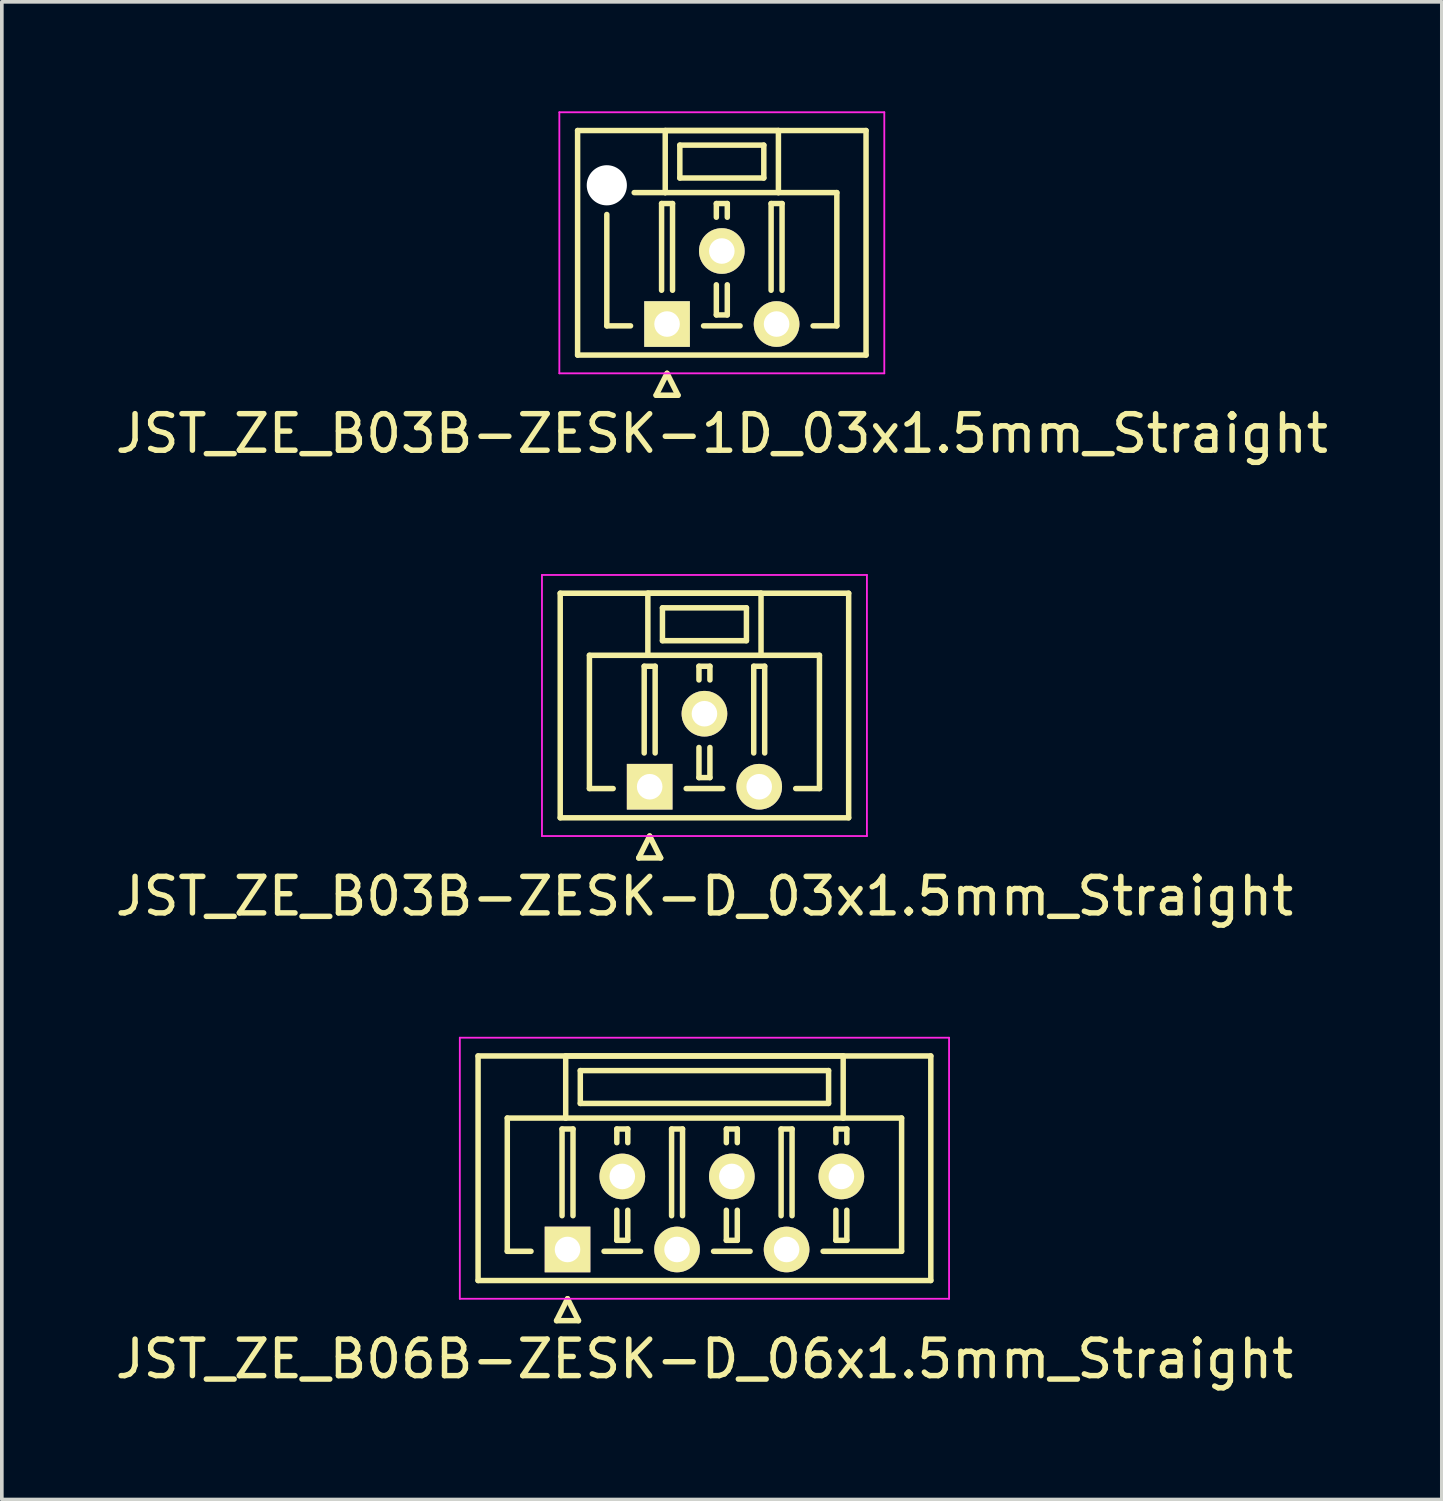
<source format=kicad_pcb>
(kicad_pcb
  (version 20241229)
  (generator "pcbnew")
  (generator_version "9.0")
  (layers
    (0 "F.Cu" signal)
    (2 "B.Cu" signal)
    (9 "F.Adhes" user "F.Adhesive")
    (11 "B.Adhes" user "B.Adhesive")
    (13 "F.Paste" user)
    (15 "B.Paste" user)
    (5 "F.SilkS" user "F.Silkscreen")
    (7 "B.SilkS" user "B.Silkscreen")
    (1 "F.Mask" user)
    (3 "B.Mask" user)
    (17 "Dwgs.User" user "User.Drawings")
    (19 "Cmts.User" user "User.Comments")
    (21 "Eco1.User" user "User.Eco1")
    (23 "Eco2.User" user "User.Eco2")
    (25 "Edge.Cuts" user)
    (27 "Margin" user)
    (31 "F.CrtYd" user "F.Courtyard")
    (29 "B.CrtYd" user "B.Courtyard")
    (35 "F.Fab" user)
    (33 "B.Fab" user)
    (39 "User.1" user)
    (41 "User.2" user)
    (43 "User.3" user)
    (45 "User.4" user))
  (footprint "JST_ZE_B06B-ZESK-D_06x1.5mm_Straight"
    (layer "F.Cu")
    (at 12.494 31.172)
    (property "Reference" "JST_ZE_B06B-ZESK-D_06x1.5mm_Straight" (at 3.75 3 0) (layer "F.SilkS") (effects (font (size 1 1) (thickness 0.15))))
    (attr through_hole)
    (fp_line (start -2.45 -5.3) (end -2.45 0.85) (stroke (width 0.15) (type solid)) (layer "F.SilkS"))
    (fp_line (start -2.45 0.85) (end 9.95 0.85) (stroke (width 0.15) (type solid)) (layer "F.SilkS"))
    (fp_line (start -1.65 -3.6) (end -1.65 0.05) (stroke (width 0.15) (type solid)) (layer "F.SilkS"))
    (fp_line (start -1.65 0.05) (end -1 0.05) (stroke (width 0.15) (type solid)) (layer "F.SilkS"))
    (fp_line (start -0.3 1.95) (end 0 1.35) (stroke (width 0.15) (type solid)) (layer "F.SilkS"))
    (fp_line (start -0.15 -3.3) (end 0.15 -3.3) (stroke (width 0.15) (type solid)) (layer "F.SilkS"))
    (fp_line (start -0.15 -0.925) (end -0.15 -3.3) (stroke (width 0.15) (type solid)) (layer "F.SilkS"))
    (fp_line (start -0.05 -5.3) (end -0.05 -3.6) (stroke (width 0.15) (type solid)) (layer "F.SilkS"))
    (fp_line (start -0.05 -3.6) (end -1.65 -3.6) (stroke (width 0.15) (type solid)) (layer "F.SilkS"))
    (fp_line (start -0.05 -3.6) (end 7.55 -3.6) (stroke (width 0.15) (type solid)) (layer "F.SilkS"))
    (fp_line (start 0 1.35) (end 0.3 1.95) (stroke (width 0.15) (type solid)) (layer "F.SilkS"))
    (fp_line (start 0.15 -3.3) (end 0.15 -0.925) (stroke (width 0.15) (type solid)) (layer "F.SilkS"))
    (fp_line (start 0.3 1.95) (end -0.3 1.95) (stroke (width 0.15) (type solid)) (layer "F.SilkS"))
    (fp_line (start 0.35 -4.9) (end 0.35 -4) (stroke (width 0.15) (type solid)) (layer "F.SilkS"))
    (fp_line (start 0.35 -4) (end 7.15 -4) (stroke (width 0.15) (type solid)) (layer "F.SilkS"))
    (fp_line (start 1 0.05) (end 2 0.05) (stroke (width 0.15) (type solid)) (layer "F.SilkS"))
    (fp_line (start 1.35 -3.3) (end 1.65 -3.3) (stroke (width 0.15) (type solid)) (layer "F.SilkS"))
    (fp_line (start 1.35 -2.925) (end 1.35 -3.3) (stroke (width 0.15) (type solid)) (layer "F.SilkS"))
    (fp_line (start 1.35 -1.075) (end 1.35 -0.25) (stroke (width 0.15) (type solid)) (layer "F.SilkS"))
    (fp_line (start 1.35 -0.25) (end 1.65 -0.25) (stroke (width 0.15) (type solid)) (layer "F.SilkS"))
    (fp_line (start 1.65 -3.3) (end 1.65 -2.925) (stroke (width 0.15) (type solid)) (layer "F.SilkS"))
    (fp_line (start 1.65 -0.25) (end 1.65 -1.075) (stroke (width 0.15) (type solid)) (layer "F.SilkS"))
    (fp_line (start 2.85 -3.3) (end 3.15 -3.3) (stroke (width 0.15) (type solid)) (layer "F.SilkS"))
    (fp_line (start 2.85 -0.925) (end 2.85 -3.3) (stroke (width 0.15) (type solid)) (layer "F.SilkS"))
    (fp_line (start 3.15 -3.3) (end 3.15 -0.925) (stroke (width 0.15) (type solid)) (layer "F.SilkS"))
    (fp_line (start 4 0.05) (end 5 0.05) (stroke (width 0.15) (type solid)) (layer "F.SilkS"))
    (fp_line (start 4.35 -3.3) (end 4.65 -3.3) (stroke (width 0.15) (type solid)) (layer "F.SilkS"))
    (fp_line (start 4.35 -2.925) (end 4.35 -3.3) (stroke (width 0.15) (type solid)) (layer "F.SilkS"))
    (fp_line (start 4.35 -1.075) (end 4.35 -0.25) (stroke (width 0.15) (type solid)) (layer "F.SilkS"))
    (fp_line (start 4.35 -0.25) (end 4.65 -0.25) (stroke (width 0.15) (type solid)) (layer "F.SilkS"))
    (fp_line (start 4.65 -3.3) (end 4.65 -2.925) (stroke (width 0.15) (type solid)) (layer "F.SilkS"))
    (fp_line (start 4.65 -0.25) (end 4.65 -1.075) (stroke (width 0.15) (type solid)) (layer "F.SilkS"))
    (fp_line (start 5.85 -3.3) (end 6.15 -3.3) (stroke (width 0.15) (type solid)) (layer "F.SilkS"))
    (fp_line (start 5.85 -0.925) (end 5.85 -3.3) (stroke (width 0.15) (type solid)) (layer "F.SilkS"))
    (fp_line (start 6.15 -3.3) (end 6.15 -0.925) (stroke (width 0.15) (type solid)) (layer "F.SilkS"))
    (fp_line (start 7.15 -4.9) (end 0.35 -4.9) (stroke (width 0.15) (type solid)) (layer "F.SilkS"))
    (fp_line (start 7.15 -4) (end 7.15 -4.9) (stroke (width 0.15) (type solid)) (layer "F.SilkS"))
    (fp_line (start 7.35 -3.3) (end 7.65 -3.3) (stroke (width 0.15) (type solid)) (layer "F.SilkS"))
    (fp_line (start 7.35 -2.925) (end 7.35 -3.3) (stroke (width 0.15) (type solid)) (layer "F.SilkS"))
    (fp_line (start 7.35 -1.075) (end 7.35 -0.25) (stroke (width 0.15) (type solid)) (layer "F.SilkS"))
    (fp_line (start 7.35 -0.25) (end 7.65 -0.25) (stroke (width 0.15) (type solid)) (layer "F.SilkS"))
    (fp_line (start 7.55 -5.3) (end -0.05 -5.3) (stroke (width 0.15) (type solid)) (layer "F.SilkS"))
    (fp_line (start 7.55 -3.6) (end 7.55 -5.3) (stroke (width 0.15) (type solid)) (layer "F.SilkS"))
    (fp_line (start 7.55 -3.6) (end 9.15 -3.6) (stroke (width 0.15) (type solid)) (layer "F.SilkS"))
    (fp_line (start 7.65 -3.3) (end 7.65 -2.925) (stroke (width 0.15) (type solid)) (layer "F.SilkS"))
    (fp_line (start 7.65 -0.25) (end 7.65 -1.075) (stroke (width 0.15) (type solid)) (layer "F.SilkS"))
    (fp_line (start 9.15 -3.6) (end 9.15 0.05) (stroke (width 0.15) (type solid)) (layer "F.SilkS"))
    (fp_line (start 9.15 0.05) (end 7 0.05) (stroke (width 0.15) (type solid)) (layer "F.SilkS"))
    (fp_line (start 9.95 -5.3) (end -2.45 -5.3) (stroke (width 0.15) (type solid)) (layer "F.SilkS"))
    (fp_line (start 9.95 0.85) (end 9.95 -5.3) (stroke (width 0.15) (type solid)) (layer "F.SilkS"))
    (fp_line (start -2.95 -5.8) (end -2.95 1.35) (stroke (width 0.05) (type solid)) (layer "F.CrtYd"))
    (fp_line (start -2.95 1.35) (end 10.45 1.35) (stroke (width 0.05) (type solid)) (layer "F.CrtYd"))
    (fp_line (start 10.45 -5.8) (end -2.95 -5.8) (stroke (width 0.05) (type solid)) (layer "F.CrtYd"))
    (fp_line (start 10.45 1.35) (end 10.45 -5.8) (stroke (width 0.05) (type solid)) (layer "F.CrtYd"))
    (pad "1" thru_hole rect (at 0 0) (size 1.25 1.25) (drill 0.7) (layers "*.Cu" "*.Mask" "F.SilkS"))
    (pad "2" thru_hole circle (at 1.5 -2) (size 1.25 1.25) (drill 0.7) (layers "*.Cu" "*.Mask" "F.SilkS"))
    (pad "3" thru_hole circle (at 3 0) (size 1.25 1.25) (drill 0.7) (layers "*.Cu" "*.Mask" "F.SilkS"))
    (pad "4" thru_hole circle (at 4.5 -2) (size 1.25 1.25) (drill 0.7) (layers "*.Cu" "*.Mask" "F.SilkS"))
    (pad "5" thru_hole circle (at 6 0) (size 1.25 1.25) (drill 0.7) (layers "*.Cu" "*.Mask" "F.SilkS"))
    (pad "6" thru_hole circle (at 7.5 -2) (size 1.25 1.25) (drill 0.7) (layers "*.Cu" "*.Mask" "F.SilkS")))
  (footprint "JST_ZE_B03B-ZESK-D_03x1.5mm_Straight"
    (layer "F.Cu")
    (at 14.744 18.498)
    (property "Reference" "JST_ZE_B03B-ZESK-D_03x1.5mm_Straight" (at 1.5 3 0) (layer "F.SilkS") (effects (font (size 1 1) (thickness 0.15))))
    (attr through_hole)
    (fp_line (start -2.45 -5.3) (end -2.45 0.85) (stroke (width 0.15) (type solid)) (layer "F.SilkS"))
    (fp_line (start -2.45 0.85) (end 5.45 0.85) (stroke (width 0.15) (type solid)) (layer "F.SilkS"))
    (fp_line (start -1.65 -3.6) (end -1.65 0.05) (stroke (width 0.15) (type solid)) (layer "F.SilkS"))
    (fp_line (start -1.65 0.05) (end -1 0.05) (stroke (width 0.15) (type solid)) (layer "F.SilkS"))
    (fp_line (start -0.3 1.95) (end 0 1.35) (stroke (width 0.15) (type solid)) (layer "F.SilkS"))
    (fp_line (start -0.15 -3.3) (end 0.15 -3.3) (stroke (width 0.15) (type solid)) (layer "F.SilkS"))
    (fp_line (start -0.15 -0.925) (end -0.15 -3.3) (stroke (width 0.15) (type solid)) (layer "F.SilkS"))
    (fp_line (start -0.05 -5.3) (end -0.05 -3.6) (stroke (width 0.15) (type solid)) (layer "F.SilkS"))
    (fp_line (start -0.05 -3.6) (end -1.65 -3.6) (stroke (width 0.15) (type solid)) (layer "F.SilkS"))
    (fp_line (start -0.05 -3.6) (end 3.05 -3.6) (stroke (width 0.15) (type solid)) (layer "F.SilkS"))
    (fp_line (start 0 1.35) (end 0.3 1.95) (stroke (width 0.15) (type solid)) (layer "F.SilkS"))
    (fp_line (start 0.15 -3.3) (end 0.15 -0.925) (stroke (width 0.15) (type solid)) (layer "F.SilkS"))
    (fp_line (start 0.3 1.95) (end -0.3 1.95) (stroke (width 0.15) (type solid)) (layer "F.SilkS"))
    (fp_line (start 0.35 -4.9) (end 0.35 -4) (stroke (width 0.15) (type solid)) (layer "F.SilkS"))
    (fp_line (start 0.35 -4) (end 2.65 -4) (stroke (width 0.15) (type solid)) (layer "F.SilkS"))
    (fp_line (start 1 0.05) (end 2 0.05) (stroke (width 0.15) (type solid)) (layer "F.SilkS"))
    (fp_line (start 1.35 -3.3) (end 1.65 -3.3) (stroke (width 0.15) (type solid)) (layer "F.SilkS"))
    (fp_line (start 1.35 -2.925) (end 1.35 -3.3) (stroke (width 0.15) (type solid)) (layer "F.SilkS"))
    (fp_line (start 1.35 -1.075) (end 1.35 -0.25) (stroke (width 0.15) (type solid)) (layer "F.SilkS"))
    (fp_line (start 1.35 -0.25) (end 1.65 -0.25) (stroke (width 0.15) (type solid)) (layer "F.SilkS"))
    (fp_line (start 1.65 -3.3) (end 1.65 -2.925) (stroke (width 0.15) (type solid)) (layer "F.SilkS"))
    (fp_line (start 1.65 -0.25) (end 1.65 -1.075) (stroke (width 0.15) (type solid)) (layer "F.SilkS"))
    (fp_line (start 2.65 -4.9) (end 0.35 -4.9) (stroke (width 0.15) (type solid)) (layer "F.SilkS"))
    (fp_line (start 2.65 -4) (end 2.65 -4.9) (stroke (width 0.15) (type solid)) (layer "F.SilkS"))
    (fp_line (start 2.85 -3.3) (end 3.15 -3.3) (stroke (width 0.15) (type solid)) (layer "F.SilkS"))
    (fp_line (start 2.85 -0.925) (end 2.85 -3.3) (stroke (width 0.15) (type solid)) (layer "F.SilkS"))
    (fp_line (start 3.05 -5.3) (end -0.05 -5.3) (stroke (width 0.15) (type solid)) (layer "F.SilkS"))
    (fp_line (start 3.05 -3.6) (end 3.05 -5.3) (stroke (width 0.15) (type solid)) (layer "F.SilkS"))
    (fp_line (start 3.05 -3.6) (end 4.65 -3.6) (stroke (width 0.15) (type solid)) (layer "F.SilkS"))
    (fp_line (start 3.15 -3.3) (end 3.15 -0.925) (stroke (width 0.15) (type solid)) (layer "F.SilkS"))
    (fp_line (start 4.65 -3.6) (end 4.65 0.05) (stroke (width 0.15) (type solid)) (layer "F.SilkS"))
    (fp_line (start 4.65 0.05) (end 4 0.05) (stroke (width 0.15) (type solid)) (layer "F.SilkS"))
    (fp_line (start 5.45 -5.3) (end -2.45 -5.3) (stroke (width 0.15) (type solid)) (layer "F.SilkS"))
    (fp_line (start 5.45 0.85) (end 5.45 -5.3) (stroke (width 0.15) (type solid)) (layer "F.SilkS"))
    (fp_line (start -2.95 -5.8) (end -2.95 1.35) (stroke (width 0.05) (type solid)) (layer "F.CrtYd"))
    (fp_line (start -2.95 1.35) (end 5.95 1.35) (stroke (width 0.05) (type solid)) (layer "F.CrtYd"))
    (fp_line (start 5.95 -5.8) (end -2.95 -5.8) (stroke (width 0.05) (type solid)) (layer "F.CrtYd"))
    (fp_line (start 5.95 1.35) (end 5.95 -5.8) (stroke (width 0.05) (type solid)) (layer "F.CrtYd"))
    (pad "1" thru_hole rect (at 0 0) (size 1.25 1.25) (drill 0.7) (layers "*.Cu" "*.Mask" "F.SilkS"))
    (pad "2" thru_hole circle (at 1.5 -2) (size 1.25 1.25) (drill 0.7) (layers "*.Cu" "*.Mask" "F.SilkS"))
    (pad "3" thru_hole circle (at 3 0) (size 1.25 1.25) (drill 0.7) (layers "*.Cu" "*.Mask" "F.SilkS")))
  (footprint "JST_ZE_B03B-ZESK-1D_03x1.5mm_Straight"
    (layer "F.Cu")
    (at 15.22 5.825)
    (property "Reference" "JST_ZE_B03B-ZESK-1D_03x1.5mm_Straight" (at 1.5 3 0) (layer "F.SilkS") (effects (font (size 1 1) (thickness 0.15))))
    (attr through_hole)
    (fp_line (start -2.45 -5.3) (end -2.45 0.85) (stroke (width 0.15) (type solid)) (layer "F.SilkS"))
    (fp_line (start -2.45 0.85) (end 5.45 0.85) (stroke (width 0.15) (type solid)) (layer "F.SilkS"))
    (fp_line (start -1.65 -3) (end -1.65 0.05) (stroke (width 0.15) (type solid)) (layer "F.SilkS"))
    (fp_line (start -1.65 0.05) (end -1 0.05) (stroke (width 0.15) (type solid)) (layer "F.SilkS"))
    (fp_line (start -0.3 1.95) (end 0 1.35) (stroke (width 0.15) (type solid)) (layer "F.SilkS"))
    (fp_line (start -0.15 -3.3) (end 0.15 -3.3) (stroke (width 0.15) (type solid)) (layer "F.SilkS"))
    (fp_line (start -0.15 -0.925) (end -0.15 -3.3) (stroke (width 0.15) (type solid)) (layer "F.SilkS"))
    (fp_line (start -0.05 -5.3) (end -0.05 -3.6) (stroke (width 0.15) (type solid)) (layer "F.SilkS"))
    (fp_line (start -0.05 -3.6) (end -0.9 -3.6) (stroke (width 0.15) (type solid)) (layer "F.SilkS"))
    (fp_line (start -0.05 -3.6) (end 3.05 -3.6) (stroke (width 0.15) (type solid)) (layer "F.SilkS"))
    (fp_line (start 0 1.35) (end 0.3 1.95) (stroke (width 0.15) (type solid)) (layer "F.SilkS"))
    (fp_line (start 0.15 -3.3) (end 0.15 -0.925) (stroke (width 0.15) (type solid)) (layer "F.SilkS"))
    (fp_line (start 0.3 1.95) (end -0.3 1.95) (stroke (width 0.15) (type solid)) (layer "F.SilkS"))
    (fp_line (start 0.35 -4.9) (end 0.35 -4) (stroke (width 0.15) (type solid)) (layer "F.SilkS"))
    (fp_line (start 0.35 -4) (end 2.65 -4) (stroke (width 0.15) (type solid)) (layer "F.SilkS"))
    (fp_line (start 1 0.05) (end 2 0.05) (stroke (width 0.15) (type solid)) (layer "F.SilkS"))
    (fp_line (start 1.35 -3.3) (end 1.65 -3.3) (stroke (width 0.15) (type solid)) (layer "F.SilkS"))
    (fp_line (start 1.35 -2.925) (end 1.35 -3.3) (stroke (width 0.15) (type solid)) (layer "F.SilkS"))
    (fp_line (start 1.35 -1.075) (end 1.35 -0.25) (stroke (width 0.15) (type solid)) (layer "F.SilkS"))
    (fp_line (start 1.35 -0.25) (end 1.65 -0.25) (stroke (width 0.15) (type solid)) (layer "F.SilkS"))
    (fp_line (start 1.65 -3.3) (end 1.65 -2.925) (stroke (width 0.15) (type solid)) (layer "F.SilkS"))
    (fp_line (start 1.65 -0.25) (end 1.65 -1.075) (stroke (width 0.15) (type solid)) (layer "F.SilkS"))
    (fp_line (start 2.65 -4.9) (end 0.35 -4.9) (stroke (width 0.15) (type solid)) (layer "F.SilkS"))
    (fp_line (start 2.65 -4) (end 2.65 -4.9) (stroke (width 0.15) (type solid)) (layer "F.SilkS"))
    (fp_line (start 2.85 -3.3) (end 3.15 -3.3) (stroke (width 0.15) (type solid)) (layer "F.SilkS"))
    (fp_line (start 2.85 -0.925) (end 2.85 -3.3) (stroke (width 0.15) (type solid)) (layer "F.SilkS"))
    (fp_line (start 3.05 -5.3) (end -0.05 -5.3) (stroke (width 0.15) (type solid)) (layer "F.SilkS"))
    (fp_line (start 3.05 -3.6) (end 3.05 -5.3) (stroke (width 0.15) (type solid)) (layer "F.SilkS"))
    (fp_line (start 3.05 -3.6) (end 4.65 -3.6) (stroke (width 0.15) (type solid)) (layer "F.SilkS"))
    (fp_line (start 3.15 -3.3) (end 3.15 -0.925) (stroke (width 0.15) (type solid)) (layer "F.SilkS"))
    (fp_line (start 4.65 -3.6) (end 4.65 0.05) (stroke (width 0.15) (type solid)) (layer "F.SilkS"))
    (fp_line (start 4.65 0.05) (end 4 0.05) (stroke (width 0.15) (type solid)) (layer "F.SilkS"))
    (fp_line (start 5.45 -5.3) (end -2.45 -5.3) (stroke (width 0.15) (type solid)) (layer "F.SilkS"))
    (fp_line (start 5.45 0.85) (end 5.45 -5.3) (stroke (width 0.15) (type solid)) (layer "F.SilkS"))
    (fp_line (start -2.95 -5.8) (end -2.95 1.35) (stroke (width 0.05) (type solid)) (layer "F.CrtYd"))
    (fp_line (start -2.95 1.35) (end 5.95 1.35) (stroke (width 0.05) (type solid)) (layer "F.CrtYd"))
    (fp_line (start 5.95 -5.8) (end -2.95 -5.8) (stroke (width 0.05) (type solid)) (layer "F.CrtYd"))
    (fp_line (start 5.95 1.35) (end 5.95 -5.8) (stroke (width 0.05) (type solid)) (layer "F.CrtYd"))
    (pad "" np_thru_hole circle (at -1.65 -3.8) (size 1.1 1.1) (drill 1.1) (layers "*.Cu"))
    (pad "1" thru_hole rect (at 0 0) (size 1.25 1.25) (drill 0.7) (layers "*.Cu" "*.Mask" "F.SilkS"))
    (pad "2" thru_hole circle (at 1.5 -2) (size 1.25 1.25) (drill 0.7) (layers "*.Cu" "*.Mask" "F.SilkS"))
    (pad "3" thru_hole circle (at 3 0) (size 1.25 1.25) (drill 0.7) (layers "*.Cu" "*.Mask" "F.SilkS")))
  (gr_rect
    (start -3 -3)
    (end 36.44 38.02)
    (stroke (width 0.1) (type default))
    (fill no)
    (layer "Edge.Cuts")))
</source>
